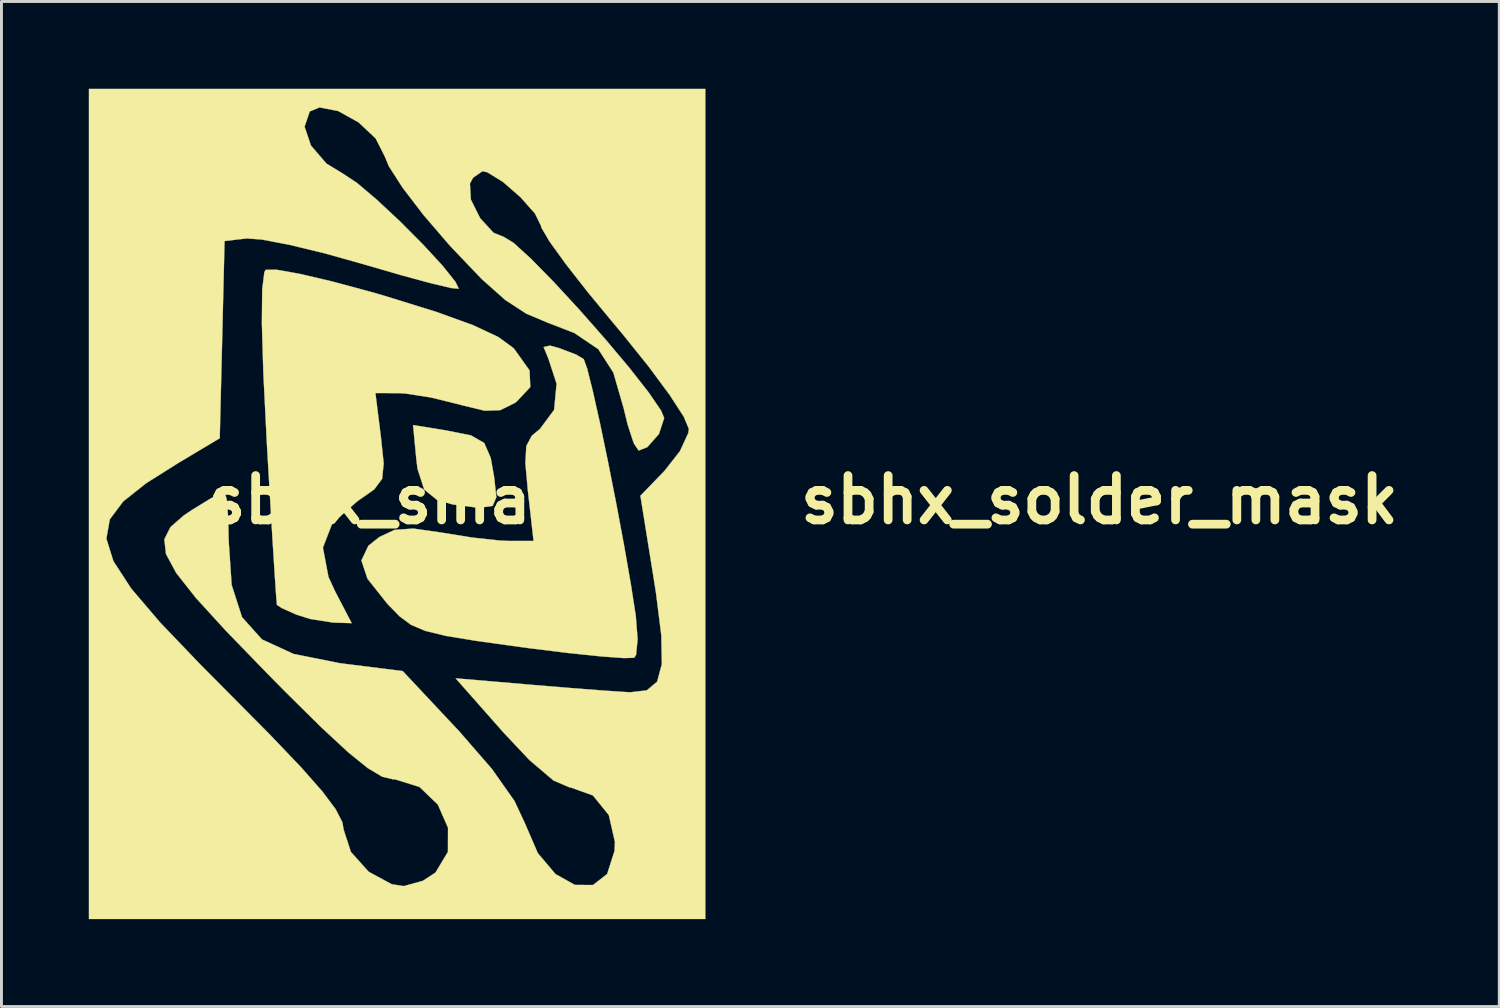
<source format=kicad_pcb>
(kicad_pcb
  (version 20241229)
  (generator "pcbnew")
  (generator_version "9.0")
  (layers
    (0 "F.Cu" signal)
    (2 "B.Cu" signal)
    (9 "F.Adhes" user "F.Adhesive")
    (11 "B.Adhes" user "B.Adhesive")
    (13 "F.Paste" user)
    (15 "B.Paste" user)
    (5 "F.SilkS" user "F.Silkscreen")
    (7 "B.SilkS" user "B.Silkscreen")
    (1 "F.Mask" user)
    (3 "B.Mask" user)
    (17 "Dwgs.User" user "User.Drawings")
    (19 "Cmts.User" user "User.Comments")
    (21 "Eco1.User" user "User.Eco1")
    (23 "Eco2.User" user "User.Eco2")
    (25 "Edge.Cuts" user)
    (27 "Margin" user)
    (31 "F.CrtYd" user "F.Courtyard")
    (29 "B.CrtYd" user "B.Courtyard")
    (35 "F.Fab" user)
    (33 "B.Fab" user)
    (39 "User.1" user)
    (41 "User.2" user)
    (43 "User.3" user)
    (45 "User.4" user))
  (footprint "sbhx_small"
    (layer "F.Cu")
    (at 10.447 14.116)
    (property "Reference" "sbhx_small" (at 0 0 0) (layer "F.SilkS") (effects (font (size 1.524 1.524) (thickness 0.3))))
    (attr through_hole)
    (fp_poly (pts (xy 1.826 -2.384) (xy 2.677 -2.214) (xy 3.132 -1.953) (xy 3.355 -1.442) (xy 3.473 -0.776) (xy 3.547 -0.088) (xy 3.421 0.207) (xy 3.005 0.266) (xy 2.875 0.264) (xy 2.047 0.157) (xy 1.513 0.003) (xy 1.07 -0.355) (xy 0.841 -1.066) (xy 0.799 -1.405) (xy 0.688 -2.569) (xy 1.826 -2.384)) (stroke (width 0.01) (type solid)) (fill yes) (layer "F.SilkS"))
    (fp_poly (pts (xy 5.691 -5.216) (xy 6.281 -4.992) (xy 6.548 -4.836) (xy 6.667 -4.51) (xy 6.86 -3.739) (xy 7.107 -2.634) (xy 7.383 -1.307) (xy 7.667 0.132) (xy 7.936 1.571) (xy 8.168 2.9) (xy 8.337 3.988) (xy 8.399 4.785) (xy 8.347 5.317) (xy 8.282 5.422) (xy 7.927 5.433) (xy 7.126 5.374) (xy 5.991 5.256) (xy 4.635 5.088) (xy 4.378 5.053) (xy 2.879 4.845) (xy 1.828 4.673) (xy 1.111 4.5) (xy 0.616 4.29) (xy 0.23 4.004) (xy -0.159 3.607) (xy -0.208 3.553) (xy -0.877 2.709) (xy -1.086 2.082) (xy -0.847 1.576) (xy -0.47 1.275) (xy 0.054 1.03) (xy 0.698 0.985) (xy 1.67 1.124) (xy 1.685 1.127) (xy 2.712 1.293) (xy 3.645 1.395) (xy 4.004 1.411) (xy 4.826 1.411) (xy 4.632 -0.299) (xy 4.544 -1.269) (xy 4.577 -1.848) (xy 4.763 -2.201) (xy 5.042 -2.432) (xy 5.531 -3.09) (xy 5.617 -3.988) (xy 5.338 -4.843) (xy 5.172 -5.247) (xy 5.39 -5.298) (xy 5.691 -5.216)) (stroke (width 0.01) (type solid)) (fill yes) (layer "F.SilkS"))
    (fp_poly (pts (xy -3.223 -7.766) (xy -2.104 -7.504) (xy -0.762 -7.143) (xy -0.282 -7.004) (xy 1.476 -6.459) (xy 2.75 -5.999) (xy 3.61 -5.596) (xy 4.125 -5.221) (xy 4.163 -5.182) (xy 4.688 -4.446) (xy 4.714 -3.875) (xy 4.24 -3.37) (xy 4.162 -3.318) (xy 3.679 -3.08) (xy 3.144 -3.062) (xy 2.328 -3.26) (xy 2.257 -3.281) (xy 1.297 -3.517) (xy 0.419 -3.653) (xy 0.191 -3.665) (xy -0.605 -3.669) (xy -0.414 -2.139) (xy -0.321 -1.251) (xy -0.374 -0.724) (xy -0.646 -0.36) (xy -1.213 0.039) (xy -1.227 0.048) (xy -2.085 0.803) (xy -2.408 1.641) (xy -2.217 2.648) (xy -1.993 3.134) (xy -1.42 4.233) (xy -2.051 4.215) (xy -2.838 4.092) (xy -3.316 3.942) (xy -3.816 3.718) (xy -3.987 3.607) (xy -4.013 3.315) (xy -4.065 2.544) (xy -4.138 1.383) (xy -4.225 -0.083) (xy -4.323 -1.767) (xy -4.34 -2.071) (xy -4.453 -4.345) (xy -4.504 -6.062) (xy -4.493 -7.22) (xy -4.419 -7.818) (xy -4.374 -7.899) (xy -4.015 -7.905) (xy -3.223 -7.766)) (stroke (width 0.01) (type solid)) (fill yes) (layer "F.SilkS"))
    (fp_poly (pts (xy 10.724 14.393) (xy -10.442 14.393) (xy -10.442 1.333) (xy -9.844 1.333) (xy -9.603 2.105) (xy -8.991 3.045) (xy -7.997 4.212) (xy -6.605 5.666) (xy -5.644 6.633) (xy -4.22 8.07) (xy -3.163 9.178) (xy -2.429 10.01) (xy -1.97 10.623) (xy -1.741 11.069) (xy -1.693 11.335) (xy -1.447 12.091) (xy -0.835 12.772) (xy -0.044 13.2) (xy 0.369 13.264) (xy 1.028 13.08) (xy 1.459 12.797) (xy 1.885 12.088) (xy 1.888 11.259) (xy 1.539 10.464) (xy 0.909 9.859) (xy 0.069 9.597) (xy -0.001 9.596) (xy -0.369 9.508) (xy -0.864 9.214) (xy -1.543 8.665) (xy -2.461 7.814) (xy -3.676 6.613) (xy -4.326 5.954) (xy -5.737 4.498) (xy -6.767 3.371) (xy -7.445 2.511) (xy -7.797 1.859) (xy -7.854 1.353) (xy -7.641 0.933) (xy -7.189 0.538) (xy -6.915 0.353) (xy -6.271 -0.043) (xy -5.849 -0.265) (xy -5.79 -0.282) (xy -5.713 -0.026) (xy -5.66 0.64) (xy -5.644 1.398) (xy -5.542 2.923) (xy -5.185 4.029) (xy -4.501 4.792) (xy -3.416 5.291) (xy -1.857 5.604) (xy -1.665 5.629) (xy 0.334 5.88) (xy 2.275 7.95) (xy 3.397 9.242) (xy 4.171 10.34) (xy 4.522 11.092) (xy 4.973 12.133) (xy 5.579 12.85) (xy 6.243 13.222) (xy 6.867 13.227) (xy 7.353 12.847) (xy 7.605 12.059) (xy 7.62 11.749) (xy 7.41 10.824) (xy 6.864 10.15) (xy 6.106 9.878) (xy 6.074 9.878) (xy 5.511 9.638) (xy 4.682 8.933) (xy 3.806 8.003) (xy 2.15 6.128) (xy 4.814 6.355) (xy 6.06 6.458) (xy 7.156 6.543) (xy 7.937 6.596) (xy 8.149 6.607) (xy 8.714 6.541) (xy 9.069 6.243) (xy 9.231 5.639) (xy 9.213 4.655) (xy 9.033 3.218) (xy 8.963 2.768) (xy 8.495 -0.141) (xy 9.327 -1.001) (xy 9.853 -1.674) (xy 10.141 -2.297) (xy 10.16 -2.438) (xy 9.984 -2.856) (xy 9.502 -3.6) (xy 8.781 -4.575) (xy 7.89 -5.685) (xy 7.62 -6.006) (xy 6.697 -7.122) (xy 5.923 -8.112) (xy 5.367 -8.884) (xy 5.096 -9.348) (xy 5.08 -9.413) (xy 4.874 -9.834) (xy 4.377 -10.394) (xy 3.77 -10.923) (xy 3.235 -11.251) (xy 3.074 -11.289) (xy 2.75 -11.064) (xy 2.641 -10.863) (xy 2.672 -10.315) (xy 2.991 -9.674) (xy 3.45 -9.174) (xy 3.803 -9.031) (xy 4.14 -8.826) (xy 4.744 -8.275) (xy 5.529 -7.473) (xy 6.411 -6.517) (xy 7.304 -5.502) (xy 8.125 -4.524) (xy 8.787 -3.679) (xy 9.207 -3.063) (xy 9.311 -2.808) (xy 9.132 -2.263) (xy 8.732 -1.811) (xy 8.434 -1.693) (xy 8.267 -1.944) (xy 8.056 -2.588) (xy 7.916 -3.163) (xy 7.566 -4.371) (xy 7.05 -5.174) (xy 6.228 -5.73) (xy 5.327 -6.079) (xy 4.574 -6.395) (xy 3.852 -6.866) (xy 3.041 -7.588) (xy 2.021 -8.657) (xy 1.903 -8.786) (xy 1.042 -9.789) (xy 0.33 -10.719) (xy -0.143 -11.456) (xy -0.285 -11.797) (xy -0.596 -12.412) (xy -1.185 -12.965) (xy -1.885 -13.354) (xy -2.525 -13.477) (xy -2.86 -13.339) (xy -3.038 -12.816) (xy -2.818 -12.166) (xy -2.287 -11.549) (xy -1.701 -11.191) (xy -1.237 -10.884) (xy -0.552 -10.304) (xy 0.24 -9.563) (xy 1.028 -8.772) (xy 1.7 -8.043) (xy 2.143 -7.488) (xy 2.258 -7.251) (xy 2.005 -7.273) (xy 1.318 -7.435) (xy 0.298 -7.711) (xy -0.949 -8.073) (xy -1.002 -8.089) (xy -2.347 -8.466) (xy -3.56 -8.76) (xy -4.504 -8.94) (xy -5.023 -8.978) (xy -5.786 -8.89) (xy -5.868 -5.503) (xy -5.951 -2.117) (xy -7.363 -1.274) (xy -8.474 -0.575) (xy -9.266 0.053) (xy -9.727 0.669) (xy -9.844 1.333) (xy -10.442 1.333) (xy -10.442 -14.111) (xy 10.724 -14.111) (xy 10.724 14.393)) (stroke (width 0.01) (type solid)) (fill yes) (layer "F.SilkS")))
  (footprint "sbhx_solder_mask"
    (layer "F.Cu")
    (at 34.707 14.116)
    (property "Reference" "sbhx_solder_mask" (at 0 0 0) (layer "F.SilkS") (effects (font (size 1.524 1.524) (thickness 0.3))))
    (attr through_hole)
    (fp_poly (pts (xy 1.826 -2.384) (xy 2.677 -2.214) (xy 3.132 -1.953) (xy 3.355 -1.442) (xy 3.473 -0.776) (xy 3.547 -0.088) (xy 3.421 0.207) (xy 3.005 0.266) (xy 2.875 0.264) (xy 2.047 0.157) (xy 1.513 0.003) (xy 1.07 -0.355) (xy 0.841 -1.066) (xy 0.799 -1.405) (xy 0.688 -2.569) (xy 1.826 -2.384)) (stroke (width 0.01) (type solid)) (fill yes) (layer "F.Mask"))
    (fp_poly (pts (xy 5.691 -5.216) (xy 6.281 -4.992) (xy 6.548 -4.836) (xy 6.667 -4.51) (xy 6.86 -3.739) (xy 7.107 -2.634) (xy 7.383 -1.307) (xy 7.667 0.132) (xy 7.936 1.571) (xy 8.168 2.9) (xy 8.337 3.988) (xy 8.399 4.785) (xy 8.347 5.317) (xy 8.282 5.422) (xy 7.927 5.433) (xy 7.126 5.374) (xy 5.991 5.256) (xy 4.635 5.088) (xy 4.378 5.053) (xy 2.879 4.845) (xy 1.828 4.673) (xy 1.111 4.5) (xy 0.616 4.29) (xy 0.23 4.004) (xy -0.159 3.607) (xy -0.208 3.553) (xy -0.877 2.709) (xy -1.086 2.082) (xy -0.847 1.576) (xy -0.47 1.275) (xy 0.054 1.03) (xy 0.698 0.985) (xy 1.67 1.124) (xy 1.685 1.127) (xy 2.712 1.293) (xy 3.645 1.395) (xy 4.004 1.411) (xy 4.826 1.411) (xy 4.632 -0.299) (xy 4.544 -1.269) (xy 4.577 -1.848) (xy 4.763 -2.201) (xy 5.042 -2.432) (xy 5.531 -3.09) (xy 5.617 -3.988) (xy 5.338 -4.843) (xy 5.172 -5.247) (xy 5.39 -5.298) (xy 5.691 -5.216)) (stroke (width 0.01) (type solid)) (fill yes) (layer "F.Mask"))
    (fp_poly (pts (xy -3.223 -7.766) (xy -2.104 -7.504) (xy -0.762 -7.143) (xy -0.282 -7.004) (xy 1.476 -6.459) (xy 2.75 -5.999) (xy 3.61 -5.596) (xy 4.125 -5.221) (xy 4.163 -5.182) (xy 4.688 -4.446) (xy 4.714 -3.875) (xy 4.24 -3.37) (xy 4.162 -3.318) (xy 3.679 -3.08) (xy 3.144 -3.062) (xy 2.328 -3.26) (xy 2.257 -3.281) (xy 1.297 -3.517) (xy 0.419 -3.653) (xy 0.191 -3.665) (xy -0.605 -3.669) (xy -0.414 -2.139) (xy -0.321 -1.251) (xy -0.374 -0.724) (xy -0.646 -0.36) (xy -1.213 0.039) (xy -1.227 0.048) (xy -2.085 0.803) (xy -2.408 1.641) (xy -2.217 2.648) (xy -1.993 3.134) (xy -1.42 4.233) (xy -2.051 4.215) (xy -2.838 4.092) (xy -3.316 3.942) (xy -3.816 3.718) (xy -3.987 3.607) (xy -4.013 3.315) (xy -4.065 2.544) (xy -4.138 1.383) (xy -4.225 -0.083) (xy -4.323 -1.767) (xy -4.34 -2.071) (xy -4.453 -4.345) (xy -4.504 -6.062) (xy -4.493 -7.22) (xy -4.419 -7.818) (xy -4.374 -7.899) (xy -4.015 -7.905) (xy -3.223 -7.766)) (stroke (width 0.01) (type solid)) (fill yes) (layer "F.Mask"))
    (fp_poly (pts (xy 10.724 14.393) (xy -10.442 14.393) (xy -10.442 1.333) (xy -9.844 1.333) (xy -9.603 2.105) (xy -8.991 3.045) (xy -7.997 4.212) (xy -6.605 5.666) (xy -5.644 6.633) (xy -4.22 8.07) (xy -3.163 9.178) (xy -2.429 10.01) (xy -1.97 10.623) (xy -1.741 11.069) (xy -1.693 11.335) (xy -1.447 12.091) (xy -0.835 12.772) (xy -0.044 13.2) (xy 0.369 13.264) (xy 1.028 13.08) (xy 1.459 12.797) (xy 1.885 12.088) (xy 1.888 11.259) (xy 1.539 10.464) (xy 0.909 9.859) (xy 0.069 9.597) (xy -0.001 9.596) (xy -0.369 9.508) (xy -0.864 9.214) (xy -1.543 8.665) (xy -2.461 7.814) (xy -3.676 6.613) (xy -4.326 5.954) (xy -5.737 4.498) (xy -6.767 3.371) (xy -7.445 2.511) (xy -7.797 1.859) (xy -7.854 1.353) (xy -7.641 0.933) (xy -7.189 0.538) (xy -6.915 0.353) (xy -6.271 -0.043) (xy -5.849 -0.265) (xy -5.79 -0.282) (xy -5.713 -0.026) (xy -5.66 0.64) (xy -5.644 1.398) (xy -5.542 2.923) (xy -5.185 4.029) (xy -4.501 4.792) (xy -3.416 5.291) (xy -1.857 5.604) (xy -1.665 5.629) (xy 0.334 5.88) (xy 2.275 7.95) (xy 3.397 9.242) (xy 4.171 10.34) (xy 4.522 11.092) (xy 4.973 12.133) (xy 5.579 12.85) (xy 6.243 13.222) (xy 6.867 13.227) (xy 7.353 12.847) (xy 7.605 12.059) (xy 7.62 11.749) (xy 7.41 10.824) (xy 6.864 10.15) (xy 6.106 9.878) (xy 6.074 9.878) (xy 5.511 9.638) (xy 4.682 8.933) (xy 3.806 8.003) (xy 2.15 6.128) (xy 4.814 6.355) (xy 6.06 6.458) (xy 7.156 6.543) (xy 7.937 6.596) (xy 8.149 6.607) (xy 8.714 6.541) (xy 9.069 6.243) (xy 9.231 5.639) (xy 9.213 4.655) (xy 9.033 3.218) (xy 8.963 2.768) (xy 8.495 -0.141) (xy 9.327 -1.001) (xy 9.853 -1.674) (xy 10.141 -2.297) (xy 10.16 -2.438) (xy 9.984 -2.856) (xy 9.502 -3.6) (xy 8.781 -4.575) (xy 7.89 -5.685) (xy 7.62 -6.006) (xy 6.697 -7.122) (xy 5.923 -8.112) (xy 5.367 -8.884) (xy 5.096 -9.348) (xy 5.08 -9.413) (xy 4.874 -9.834) (xy 4.377 -10.394) (xy 3.77 -10.923) (xy 3.235 -11.251) (xy 3.074 -11.289) (xy 2.75 -11.064) (xy 2.641 -10.863) (xy 2.672 -10.315) (xy 2.991 -9.674) (xy 3.45 -9.174) (xy 3.803 -9.031) (xy 4.14 -8.826) (xy 4.744 -8.275) (xy 5.529 -7.473) (xy 6.411 -6.517) (xy 7.304 -5.502) (xy 8.125 -4.524) (xy 8.787 -3.679) (xy 9.207 -3.063) (xy 9.311 -2.808) (xy 9.132 -2.263) (xy 8.732 -1.811) (xy 8.434 -1.693) (xy 8.267 -1.944) (xy 8.056 -2.588) (xy 7.916 -3.163) (xy 7.566 -4.371) (xy 7.05 -5.174) (xy 6.228 -5.73) (xy 5.327 -6.079) (xy 4.574 -6.395) (xy 3.852 -6.866) (xy 3.041 -7.588) (xy 2.021 -8.657) (xy 1.903 -8.786) (xy 1.042 -9.789) (xy 0.33 -10.719) (xy -0.143 -11.456) (xy -0.285 -11.797) (xy -0.596 -12.412) (xy -1.185 -12.965) (xy -1.885 -13.354) (xy -2.525 -13.477) (xy -2.86 -13.339) (xy -3.038 -12.816) (xy -2.818 -12.166) (xy -2.287 -11.549) (xy -1.701 -11.191) (xy -1.237 -10.884) (xy -0.552 -10.304) (xy 0.24 -9.563) (xy 1.028 -8.772) (xy 1.7 -8.043) (xy 2.143 -7.488) (xy 2.258 -7.251) (xy 2.005 -7.273) (xy 1.318 -7.435) (xy 0.298 -7.711) (xy -0.949 -8.073) (xy -1.002 -8.089) (xy -2.347 -8.466) (xy -3.56 -8.76) (xy -4.504 -8.94) (xy -5.023 -8.978) (xy -5.786 -8.89) (xy -5.868 -5.503) (xy -5.951 -2.117) (xy -7.363 -1.274) (xy -8.474 -0.575) (xy -9.266 0.053) (xy -9.727 0.669) (xy -9.844 1.333) (xy -10.442 1.333) (xy -10.442 -14.111) (xy 10.724 -14.111) (xy 10.724 14.393)) (stroke (width 0.01) (type solid)) (fill yes) (layer "F.Mask")))
  (gr_rect
    (start -3 -3)
    (end 48.436 31.514)
    (stroke (width 0.1) (type default))
    (fill no)
    (layer "Edge.Cuts")))
</source>
